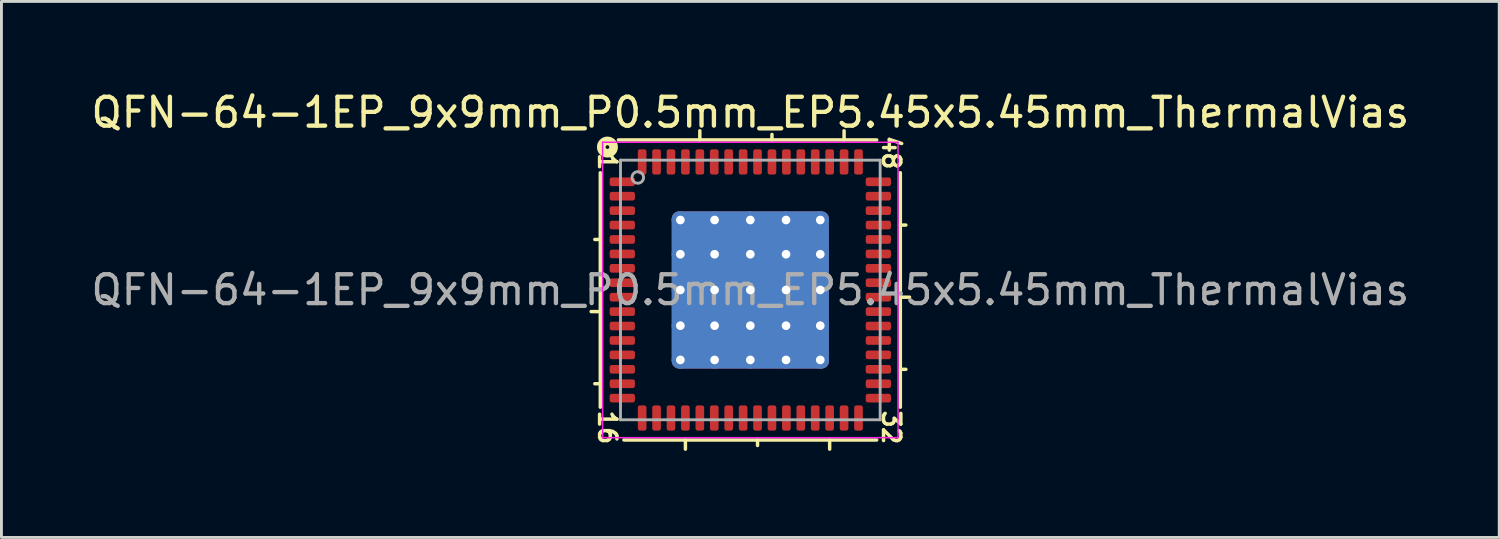
<source format=kicad_pcb>
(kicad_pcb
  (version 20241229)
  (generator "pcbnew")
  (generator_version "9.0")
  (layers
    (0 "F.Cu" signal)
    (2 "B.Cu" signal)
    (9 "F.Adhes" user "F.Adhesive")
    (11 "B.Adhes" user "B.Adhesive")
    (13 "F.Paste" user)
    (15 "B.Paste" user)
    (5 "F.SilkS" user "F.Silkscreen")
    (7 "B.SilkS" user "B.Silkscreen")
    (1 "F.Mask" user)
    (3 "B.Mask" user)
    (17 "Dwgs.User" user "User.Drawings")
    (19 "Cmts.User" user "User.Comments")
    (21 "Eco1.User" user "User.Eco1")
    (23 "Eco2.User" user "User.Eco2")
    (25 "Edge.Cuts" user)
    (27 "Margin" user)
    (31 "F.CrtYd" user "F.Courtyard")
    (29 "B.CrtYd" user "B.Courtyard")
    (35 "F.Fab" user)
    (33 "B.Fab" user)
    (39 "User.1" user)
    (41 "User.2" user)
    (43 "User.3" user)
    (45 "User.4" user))
  (footprint "QFN-64-1EP_9x9mm_P0.5mm_EP5.45x5.45mm_ThermalVias"
    (layer "F.Cu")
    (at 22.958 7.001)
    (property "Reference" "QFN-64-1EP_9x9mm_P0.5mm_EP5.45x5.45mm_ThermalVias" (at 0 -6.152 0) (layer "F.SilkS") (effects (font (size 1 1) (thickness 0.15))))
    (attr smd)
    (fp_line (start -5.2 -4.064) (end -5.2 4.064) (stroke (width 0.12) (type solid)) (layer "F.SilkS"))
    (fp_line (start -5.2 -1.75) (end -5.391 -1.75) (stroke (width 0.12) (type solid)) (layer "F.SilkS"))
    (fp_line (start -5.2 0.75) (end -5.518 0.75) (stroke (width 0.12) (type solid)) (layer "F.SilkS"))
    (fp_line (start -5.2 3.25) (end -5.391 3.25) (stroke (width 0.12) (type solid)) (layer "F.SilkS"))
    (fp_line (start -4.381 5.2) (end 4.381 5.2) (stroke (width 0.12) (type solid)) (layer "F.SilkS"))
    (fp_line (start -2.25 5.2) (end -2.25 5.518) (stroke (width 0.12) (type solid)) (layer "F.SilkS"))
    (fp_line (start -1.75 -5.2) (end -1.75 -5.518) (stroke (width 0.12) (type solid)) (layer "F.SilkS"))
    (fp_line (start 0.25 5.2) (end 0.25 5.391) (stroke (width 0.12) (type solid)) (layer "F.SilkS"))
    (fp_line (start 0.75 -5.2) (end 0.75 -5.391) (stroke (width 0.12) (type solid)) (layer "F.SilkS"))
    (fp_line (start 2.75 5.2) (end 2.75 5.518) (stroke (width 0.12) (type solid)) (layer "F.SilkS"))
    (fp_line (start 3.25 -5.2) (end 3.25 -5.518) (stroke (width 0.12) (type solid)) (layer "F.SilkS"))
    (fp_line (start 4.381 -5.2) (end -4.572 -5.2) (stroke (width 0.12) (type solid)) (layer "F.SilkS"))
    (fp_line (start 5.2 -2.25) (end 5.391 -2.25) (stroke (width 0.12) (type solid)) (layer "F.SilkS"))
    (fp_line (start 5.2 0.25) (end 5.518 0.25) (stroke (width 0.12) (type solid)) (layer "F.SilkS"))
    (fp_line (start 5.2 2.75) (end 5.391 2.75) (stroke (width 0.12) (type solid)) (layer "F.SilkS"))
    (fp_line (start 5.2 4.064) (end 5.2 -4.064) (stroke (width 0.12) (type solid)) (layer "F.SilkS"))
    (fp_circle (center -4.953 -4.953) (end -4.889 -4.953) (stroke (width 0.3) (type solid)) (fill no) (layer "F.SilkS"))
    (fp_line (start -5.12 -5.12) (end -5.12 5.12) (stroke (width 0.05) (type solid)) (layer "F.CrtYd"))
    (fp_line (start -5.12 5.12) (end 5.12 5.12) (stroke (width 0.05) (type solid)) (layer "F.CrtYd"))
    (fp_line (start 5.12 -5.12) (end -5.12 -5.12) (stroke (width 0.05) (type solid)) (layer "F.CrtYd"))
    (fp_line (start 5.12 5.12) (end 5.12 -5.12) (stroke (width 0.05) (type solid)) (layer "F.CrtYd"))
    (fp_line (start -4.5 -4.5) (end 4.5 -4.5) (stroke (width 0.1) (type solid)) (layer "F.Fab"))
    (fp_line (start -4.5 4.5) (end -4.5 -4.5) (stroke (width 0.1) (type solid)) (layer "F.Fab"))
    (fp_line (start 4.5 -4.5) (end 4.5 4.5) (stroke (width 0.1) (type solid)) (layer "F.Fab"))
    (fp_line (start 4.5 4.5) (end -4.5 4.5) (stroke (width 0.1) (type solid)) (layer "F.Fab"))
    (fp_circle (center -3.9 -3.9) (end -3.7 -3.9) (stroke (width 0.1) (type solid)) (fill no) (layer "F.Fab"))
    (fp_text user "48" (at 4.889 -4.763 270) (unlocked yes) (layer "F.SilkS") (effects (font (size 0.6 0.6) (thickness 0.12))))
    (fp_text user "32" (at 4.889 4.763 270) (unlocked yes) (layer "F.SilkS") (effects (font (size 0.6 0.6) (thickness 0.12))))
    (fp_text user "16" (at -4.953 4.763 270) (unlocked yes) (layer "F.SilkS") (effects (font (size 0.6 0.6) (thickness 0.12))))
    (fp_text user "1" (at -4.953 -4.445 270) (unlocked yes) (layer "F.SilkS") (effects (font (size 0.6 0.6) (thickness 0.12))))
    (fp_text user "${REFERENCE}" (at 0 0 0) (layer "F.Fab") (effects (font (size 1 1) (thickness 0.15))))
    (pad "" smd roundrect (at -1.856 -1.856) (size 1.055 1.055) (layers "F.Paste") (roundrect_rratio 0.237))
    (pad "" smd roundrect (at -1.856 -0.619) (size 1.055 1.055) (layers "F.Paste") (roundrect_rratio 0.237))
    (pad "" smd roundrect (at -1.856 0.619) (size 1.055 1.055) (layers "F.Paste") (roundrect_rratio 0.237))
    (pad "" smd roundrect (at -1.856 1.856) (size 1.055 1.055) (layers "F.Paste") (roundrect_rratio 0.237))
    (pad "" smd roundrect (at -0.619 -1.856) (size 1.055 1.055) (layers "F.Paste") (roundrect_rratio 0.237))
    (pad "" smd roundrect (at -0.619 -0.619) (size 1.055 1.055) (layers "F.Paste") (roundrect_rratio 0.237))
    (pad "" smd roundrect (at -0.619 0.619) (size 1.055 1.055) (layers "F.Paste") (roundrect_rratio 0.237))
    (pad "" smd roundrect (at -0.619 1.856) (size 1.055 1.055) (layers "F.Paste") (roundrect_rratio 0.237))
    (pad "" smd roundrect (at 0.619 -1.856) (size 1.055 1.055) (layers "F.Paste") (roundrect_rratio 0.237))
    (pad "" smd roundrect (at 0.619 -0.619) (size 1.055 1.055) (layers "F.Paste") (roundrect_rratio 0.237))
    (pad "" smd roundrect (at 0.619 0.619) (size 1.055 1.055) (layers "F.Paste") (roundrect_rratio 0.237))
    (pad "" smd roundrect (at 0.619 1.856) (size 1.055 1.055) (layers "F.Paste") (roundrect_rratio 0.237))
    (pad "" smd roundrect (at 1.856 -1.856) (size 1.055 1.055) (layers "F.Paste") (roundrect_rratio 0.237))
    (pad "" smd roundrect (at 1.856 -0.619) (size 1.055 1.055) (layers "F.Paste") (roundrect_rratio 0.237))
    (pad "" smd roundrect (at 1.856 0.619) (size 1.055 1.055) (layers "F.Paste") (roundrect_rratio 0.237))
    (pad "" smd roundrect (at 1.856 1.856) (size 1.055 1.055) (layers "F.Paste") (roundrect_rratio 0.237))
    (pad "1" smd roundrect (at -4.438 -3.75) (size 0.875 0.3) (layers "F.Cu" "F.Mask" "F.Paste") (roundrect_rratio 0.25))
    (pad "2" smd roundrect (at -4.438 -3.25) (size 0.875 0.3) (layers "F.Cu" "F.Mask" "F.Paste") (roundrect_rratio 0.25))
    (pad "3" smd roundrect (at -4.438 -2.75) (size 0.875 0.3) (layers "F.Cu" "F.Mask" "F.Paste") (roundrect_rratio 0.25))
    (pad "4" smd roundrect (at -4.438 -2.25) (size 0.875 0.3) (layers "F.Cu" "F.Mask" "F.Paste") (roundrect_rratio 0.25))
    (pad "5" smd roundrect (at -4.438 -1.75) (size 0.875 0.3) (layers "F.Cu" "F.Mask" "F.Paste") (roundrect_rratio 0.25))
    (pad "6" smd roundrect (at -4.438 -1.25) (size 0.875 0.3) (layers "F.Cu" "F.Mask" "F.Paste") (roundrect_rratio 0.25))
    (pad "7" smd roundrect (at -4.438 -0.75) (size 0.875 0.3) (layers "F.Cu" "F.Mask" "F.Paste") (roundrect_rratio 0.25))
    (pad "8" smd roundrect (at -4.438 -0.25) (size 0.875 0.3) (layers "F.Cu" "F.Mask" "F.Paste") (roundrect_rratio 0.25))
    (pad "9" smd roundrect (at -4.438 0.25) (size 0.875 0.3) (layers "F.Cu" "F.Mask" "F.Paste") (roundrect_rratio 0.25))
    (pad "10" smd roundrect (at -4.438 0.75) (size 0.875 0.3) (layers "F.Cu" "F.Mask" "F.Paste") (roundrect_rratio 0.25))
    (pad "11" smd roundrect (at -4.438 1.25) (size 0.875 0.3) (layers "F.Cu" "F.Mask" "F.Paste") (roundrect_rratio 0.25))
    (pad "12" smd roundrect (at -4.438 1.75) (size 0.875 0.3) (layers "F.Cu" "F.Mask" "F.Paste") (roundrect_rratio 0.25))
    (pad "13" smd roundrect (at -4.438 2.25) (size 0.875 0.3) (layers "F.Cu" "F.Mask" "F.Paste") (roundrect_rratio 0.25))
    (pad "14" smd roundrect (at -4.438 2.75) (size 0.875 0.3) (layers "F.Cu" "F.Mask" "F.Paste") (roundrect_rratio 0.25))
    (pad "15" smd roundrect (at -4.438 3.25) (size 0.875 0.3) (layers "F.Cu" "F.Mask" "F.Paste") (roundrect_rratio 0.25))
    (pad "16" smd roundrect (at -4.438 3.75) (size 0.875 0.3) (layers "F.Cu" "F.Mask" "F.Paste") (roundrect_rratio 0.25))
    (pad "17" smd roundrect (at -3.75 4.438) (size 0.3 0.875) (layers "F.Cu" "F.Mask" "F.Paste") (roundrect_rratio 0.25))
    (pad "18" smd roundrect (at -3.25 4.438) (size 0.3 0.875) (layers "F.Cu" "F.Mask" "F.Paste") (roundrect_rratio 0.25))
    (pad "19" smd roundrect (at -2.75 4.438) (size 0.3 0.875) (layers "F.Cu" "F.Mask" "F.Paste") (roundrect_rratio 0.25))
    (pad "20" smd roundrect (at -2.25 4.438) (size 0.3 0.875) (layers "F.Cu" "F.Mask" "F.Paste") (roundrect_rratio 0.25))
    (pad "21" smd roundrect (at -1.75 4.438) (size 0.3 0.875) (layers "F.Cu" "F.Mask" "F.Paste") (roundrect_rratio 0.25))
    (pad "22" smd roundrect (at -1.25 4.438) (size 0.3 0.875) (layers "F.Cu" "F.Mask" "F.Paste") (roundrect_rratio 0.25))
    (pad "23" smd roundrect (at -0.75 4.438) (size 0.3 0.875) (layers "F.Cu" "F.Mask" "F.Paste") (roundrect_rratio 0.25))
    (pad "24" smd roundrect (at -0.25 4.438) (size 0.3 0.875) (layers "F.Cu" "F.Mask" "F.Paste") (roundrect_rratio 0.25))
    (pad "25" smd roundrect (at 0.25 4.438) (size 0.3 0.875) (layers "F.Cu" "F.Mask" "F.Paste") (roundrect_rratio 0.25))
    (pad "26" smd roundrect (at 0.75 4.438) (size 0.3 0.875) (layers "F.Cu" "F.Mask" "F.Paste") (roundrect_rratio 0.25))
    (pad "27" smd roundrect (at 1.25 4.438) (size 0.3 0.875) (layers "F.Cu" "F.Mask" "F.Paste") (roundrect_rratio 0.25))
    (pad "28" smd roundrect (at 1.75 4.438) (size 0.3 0.875) (layers "F.Cu" "F.Mask" "F.Paste") (roundrect_rratio 0.25))
    (pad "29" smd roundrect (at 2.25 4.438) (size 0.3 0.875) (layers "F.Cu" "F.Mask" "F.Paste") (roundrect_rratio 0.25))
    (pad "30" smd roundrect (at 2.75 4.438) (size 0.3 0.875) (layers "F.Cu" "F.Mask" "F.Paste") (roundrect_rratio 0.25))
    (pad "31" smd roundrect (at 3.25 4.438) (size 0.3 0.875) (layers "F.Cu" "F.Mask" "F.Paste") (roundrect_rratio 0.25))
    (pad "32" smd roundrect (at 3.75 4.438) (size 0.3 0.875) (layers "F.Cu" "F.Mask" "F.Paste") (roundrect_rratio 0.25))
    (pad "33" smd roundrect (at 4.438 3.75) (size 0.875 0.3) (layers "F.Cu" "F.Mask" "F.Paste") (roundrect_rratio 0.25))
    (pad "34" smd roundrect (at 4.438 3.25) (size 0.875 0.3) (layers "F.Cu" "F.Mask" "F.Paste") (roundrect_rratio 0.25))
    (pad "35" smd roundrect (at 4.438 2.75) (size 0.875 0.3) (layers "F.Cu" "F.Mask" "F.Paste") (roundrect_rratio 0.25))
    (pad "36" smd roundrect (at 4.438 2.25) (size 0.875 0.3) (layers "F.Cu" "F.Mask" "F.Paste") (roundrect_rratio 0.25))
    (pad "37" smd roundrect (at 4.438 1.75) (size 0.875 0.3) (layers "F.Cu" "F.Mask" "F.Paste") (roundrect_rratio 0.25))
    (pad "38" smd roundrect (at 4.438 1.25) (size 0.875 0.3) (layers "F.Cu" "F.Mask" "F.Paste") (roundrect_rratio 0.25))
    (pad "39" smd roundrect (at 4.438 0.75) (size 0.875 0.3) (layers "F.Cu" "F.Mask" "F.Paste") (roundrect_rratio 0.25))
    (pad "40" smd roundrect (at 4.438 0.25) (size 0.875 0.3) (layers "F.Cu" "F.Mask" "F.Paste") (roundrect_rratio 0.25))
    (pad "41" smd roundrect (at 4.438 -0.25) (size 0.875 0.3) (layers "F.Cu" "F.Mask" "F.Paste") (roundrect_rratio 0.25))
    (pad "42" smd roundrect (at 4.438 -0.75) (size 0.875 0.3) (layers "F.Cu" "F.Mask" "F.Paste") (roundrect_rratio 0.25))
    (pad "43" smd roundrect (at 4.438 -1.25) (size 0.875 0.3) (layers "F.Cu" "F.Mask" "F.Paste") (roundrect_rratio 0.25))
    (pad "44" smd roundrect (at 4.438 -1.75) (size 0.875 0.3) (layers "F.Cu" "F.Mask" "F.Paste") (roundrect_rratio 0.25))
    (pad "45" smd roundrect (at 4.438 -2.25) (size 0.875 0.3) (layers "F.Cu" "F.Mask" "F.Paste") (roundrect_rratio 0.25))
    (pad "46" smd roundrect (at 4.438 -2.75) (size 0.875 0.3) (layers "F.Cu" "F.Mask" "F.Paste") (roundrect_rratio 0.25))
    (pad "47" smd roundrect (at 4.438 -3.25) (size 0.875 0.3) (layers "F.Cu" "F.Mask" "F.Paste") (roundrect_rratio 0.25))
    (pad "48" smd roundrect (at 4.438 -3.75) (size 0.875 0.3) (layers "F.Cu" "F.Mask" "F.Paste") (roundrect_rratio 0.25))
    (pad "49" smd roundrect (at 3.75 -4.438) (size 0.3 0.875) (layers "F.Cu" "F.Mask" "F.Paste") (roundrect_rratio 0.25))
    (pad "50" smd roundrect (at 3.25 -4.438) (size 0.3 0.875) (layers "F.Cu" "F.Mask" "F.Paste") (roundrect_rratio 0.25))
    (pad "51" smd roundrect (at 2.75 -4.438) (size 0.3 0.875) (layers "F.Cu" "F.Mask" "F.Paste") (roundrect_rratio 0.25))
    (pad "52" smd roundrect (at 2.25 -4.438) (size 0.3 0.875) (layers "F.Cu" "F.Mask" "F.Paste") (roundrect_rratio 0.25))
    (pad "53" smd roundrect (at 1.75 -4.438) (size 0.3 0.875) (layers "F.Cu" "F.Mask" "F.Paste") (roundrect_rratio 0.25))
    (pad "54" smd roundrect (at 1.25 -4.438) (size 0.3 0.875) (layers "F.Cu" "F.Mask" "F.Paste") (roundrect_rratio 0.25))
    (pad "55" smd roundrect (at 0.75 -4.438) (size 0.3 0.875) (layers "F.Cu" "F.Mask" "F.Paste") (roundrect_rratio 0.25))
    (pad "56" smd roundrect (at 0.25 -4.438) (size 0.3 0.875) (layers "F.Cu" "F.Mask" "F.Paste") (roundrect_rratio 0.25))
    (pad "57" smd roundrect (at -0.25 -4.438) (size 0.3 0.875) (layers "F.Cu" "F.Mask" "F.Paste") (roundrect_rratio 0.25))
    (pad "58" smd roundrect (at -0.75 -4.438) (size 0.3 0.875) (layers "F.Cu" "F.Mask" "F.Paste") (roundrect_rratio 0.25))
    (pad "59" smd roundrect (at -1.25 -4.438) (size 0.3 0.875) (layers "F.Cu" "F.Mask" "F.Paste") (roundrect_rratio 0.25))
    (pad "60" smd roundrect (at -1.75 -4.438) (size 0.3 0.875) (layers "F.Cu" "F.Mask" "F.Paste") (roundrect_rratio 0.25))
    (pad "61" smd roundrect (at -2.25 -4.438) (size 0.3 0.875) (layers "F.Cu" "F.Mask" "F.Paste") (roundrect_rratio 0.25))
    (pad "62" smd roundrect (at -2.75 -4.438) (size 0.3 0.875) (layers "F.Cu" "F.Mask" "F.Paste") (roundrect_rratio 0.25))
    (pad "63" smd roundrect (at -3.25 -4.438) (size 0.3 0.875) (layers "F.Cu" "F.Mask" "F.Paste") (roundrect_rratio 0.25))
    (pad "64" smd roundrect (at -3.75 -4.438) (size 0.3 0.875) (layers "F.Cu" "F.Mask" "F.Paste") (roundrect_rratio 0.25))
    (pad "65" thru_hole circle (at -2.425 -2.425) (size 0.6 0.6) (drill 0.3) (property pad_prop_heatsink) (layers "*.Cu"))
    (pad "65" thru_hole circle (at -2.425 -1.238) (size 0.6 0.6) (drill 0.3) (property pad_prop_heatsink) (layers "*.Cu"))
    (pad "65" thru_hole circle (at -2.425 0) (size 0.6 0.6) (drill 0.3) (property pad_prop_heatsink) (layers "*.Cu"))
    (pad "65" thru_hole circle (at -2.425 1.238) (size 0.6 0.6) (drill 0.3) (property pad_prop_heatsink) (layers "*.Cu"))
    (pad "65" thru_hole circle (at -2.425 2.425) (size 0.6 0.6) (drill 0.3) (property pad_prop_heatsink) (layers "*.Cu"))
    (pad "65" thru_hole circle (at -1.238 -2.425) (size 0.6 0.6) (drill 0.3) (property pad_prop_heatsink) (layers "*.Cu"))
    (pad "65" thru_hole circle (at -1.238 -1.238) (size 0.6 0.6) (drill 0.3) (property pad_prop_heatsink) (layers "*.Cu"))
    (pad "65" thru_hole circle (at -1.238 0) (size 0.6 0.6) (drill 0.3) (property pad_prop_heatsink) (layers "*.Cu"))
    (pad "65" thru_hole circle (at -1.238 1.238) (size 0.6 0.6) (drill 0.3) (property pad_prop_heatsink) (layers "*.Cu"))
    (pad "65" thru_hole circle (at -1.238 2.425) (size 0.6 0.6) (drill 0.3) (property pad_prop_heatsink) (layers "*.Cu"))
    (pad "65" thru_hole circle (at 0 -2.425) (size 0.6 0.6) (drill 0.3) (property pad_prop_heatsink) (layers "*.Cu"))
    (pad "65" thru_hole circle (at 0 -1.238) (size 0.6 0.6) (drill 0.3) (property pad_prop_heatsink) (layers "*.Cu"))
    (pad "65" thru_hole circle (at 0 0) (size 0.6 0.6) (drill 0.3) (property pad_prop_heatsink) (layers "*.Cu"))
    (pad "65" smd roundrect (at 0 0) (size 5.45 5.45) (layers "F.Cu" "F.Mask") (roundrect_rratio 0.046))
    (pad "65" smd roundrect (at 0 0) (size 5.45 5.45) (layers "B.Cu" "B.Mask") (roundrect_rratio 0.046))
    (pad "65" thru_hole circle (at 0 1.238) (size 0.6 0.6) (drill 0.3) (property pad_prop_heatsink) (layers "*.Cu"))
    (pad "65" thru_hole circle (at 0 2.425) (size 0.6 0.6) (drill 0.3) (property pad_prop_heatsink) (layers "*.Cu"))
    (pad "65" thru_hole circle (at 1.238 -2.425) (size 0.6 0.6) (drill 0.3) (property pad_prop_heatsink) (layers "*.Cu"))
    (pad "65" thru_hole circle (at 1.238 -1.238) (size 0.6 0.6) (drill 0.3) (property pad_prop_heatsink) (layers "*.Cu"))
    (pad "65" thru_hole circle (at 1.238 0) (size 0.6 0.6) (drill 0.3) (property pad_prop_heatsink) (layers "*.Cu"))
    (pad "65" thru_hole circle (at 1.238 1.238) (size 0.6 0.6) (drill 0.3) (property pad_prop_heatsink) (layers "*.Cu"))
    (pad "65" thru_hole circle (at 1.238 2.425) (size 0.6 0.6) (drill 0.3) (property pad_prop_heatsink) (layers "*.Cu"))
    (pad "65" thru_hole circle (at 2.425 -2.425) (size 0.6 0.6) (drill 0.3) (property pad_prop_heatsink) (layers "*.Cu"))
    (pad "65" thru_hole circle (at 2.425 -1.238) (size 0.6 0.6) (drill 0.3) (property pad_prop_heatsink) (layers "*.Cu"))
    (pad "65" thru_hole circle (at 2.425 0) (size 0.6 0.6) (drill 0.3) (property pad_prop_heatsink) (layers "*.Cu"))
    (pad "65" thru_hole circle (at 2.425 1.238) (size 0.6 0.6) (drill 0.3) (property pad_prop_heatsink) (layers "*.Cu"))
    (pad "65" thru_hole circle (at 2.425 2.425) (size 0.6 0.6) (drill 0.3) (property pad_prop_heatsink) (layers "*.Cu")))
  (gr_rect
    (start -3 -3)
    (end 48.917 15.578)
    (stroke (width 0.1) (type default))
    (fill no)
    (layer "Edge.Cuts")))
</source>
